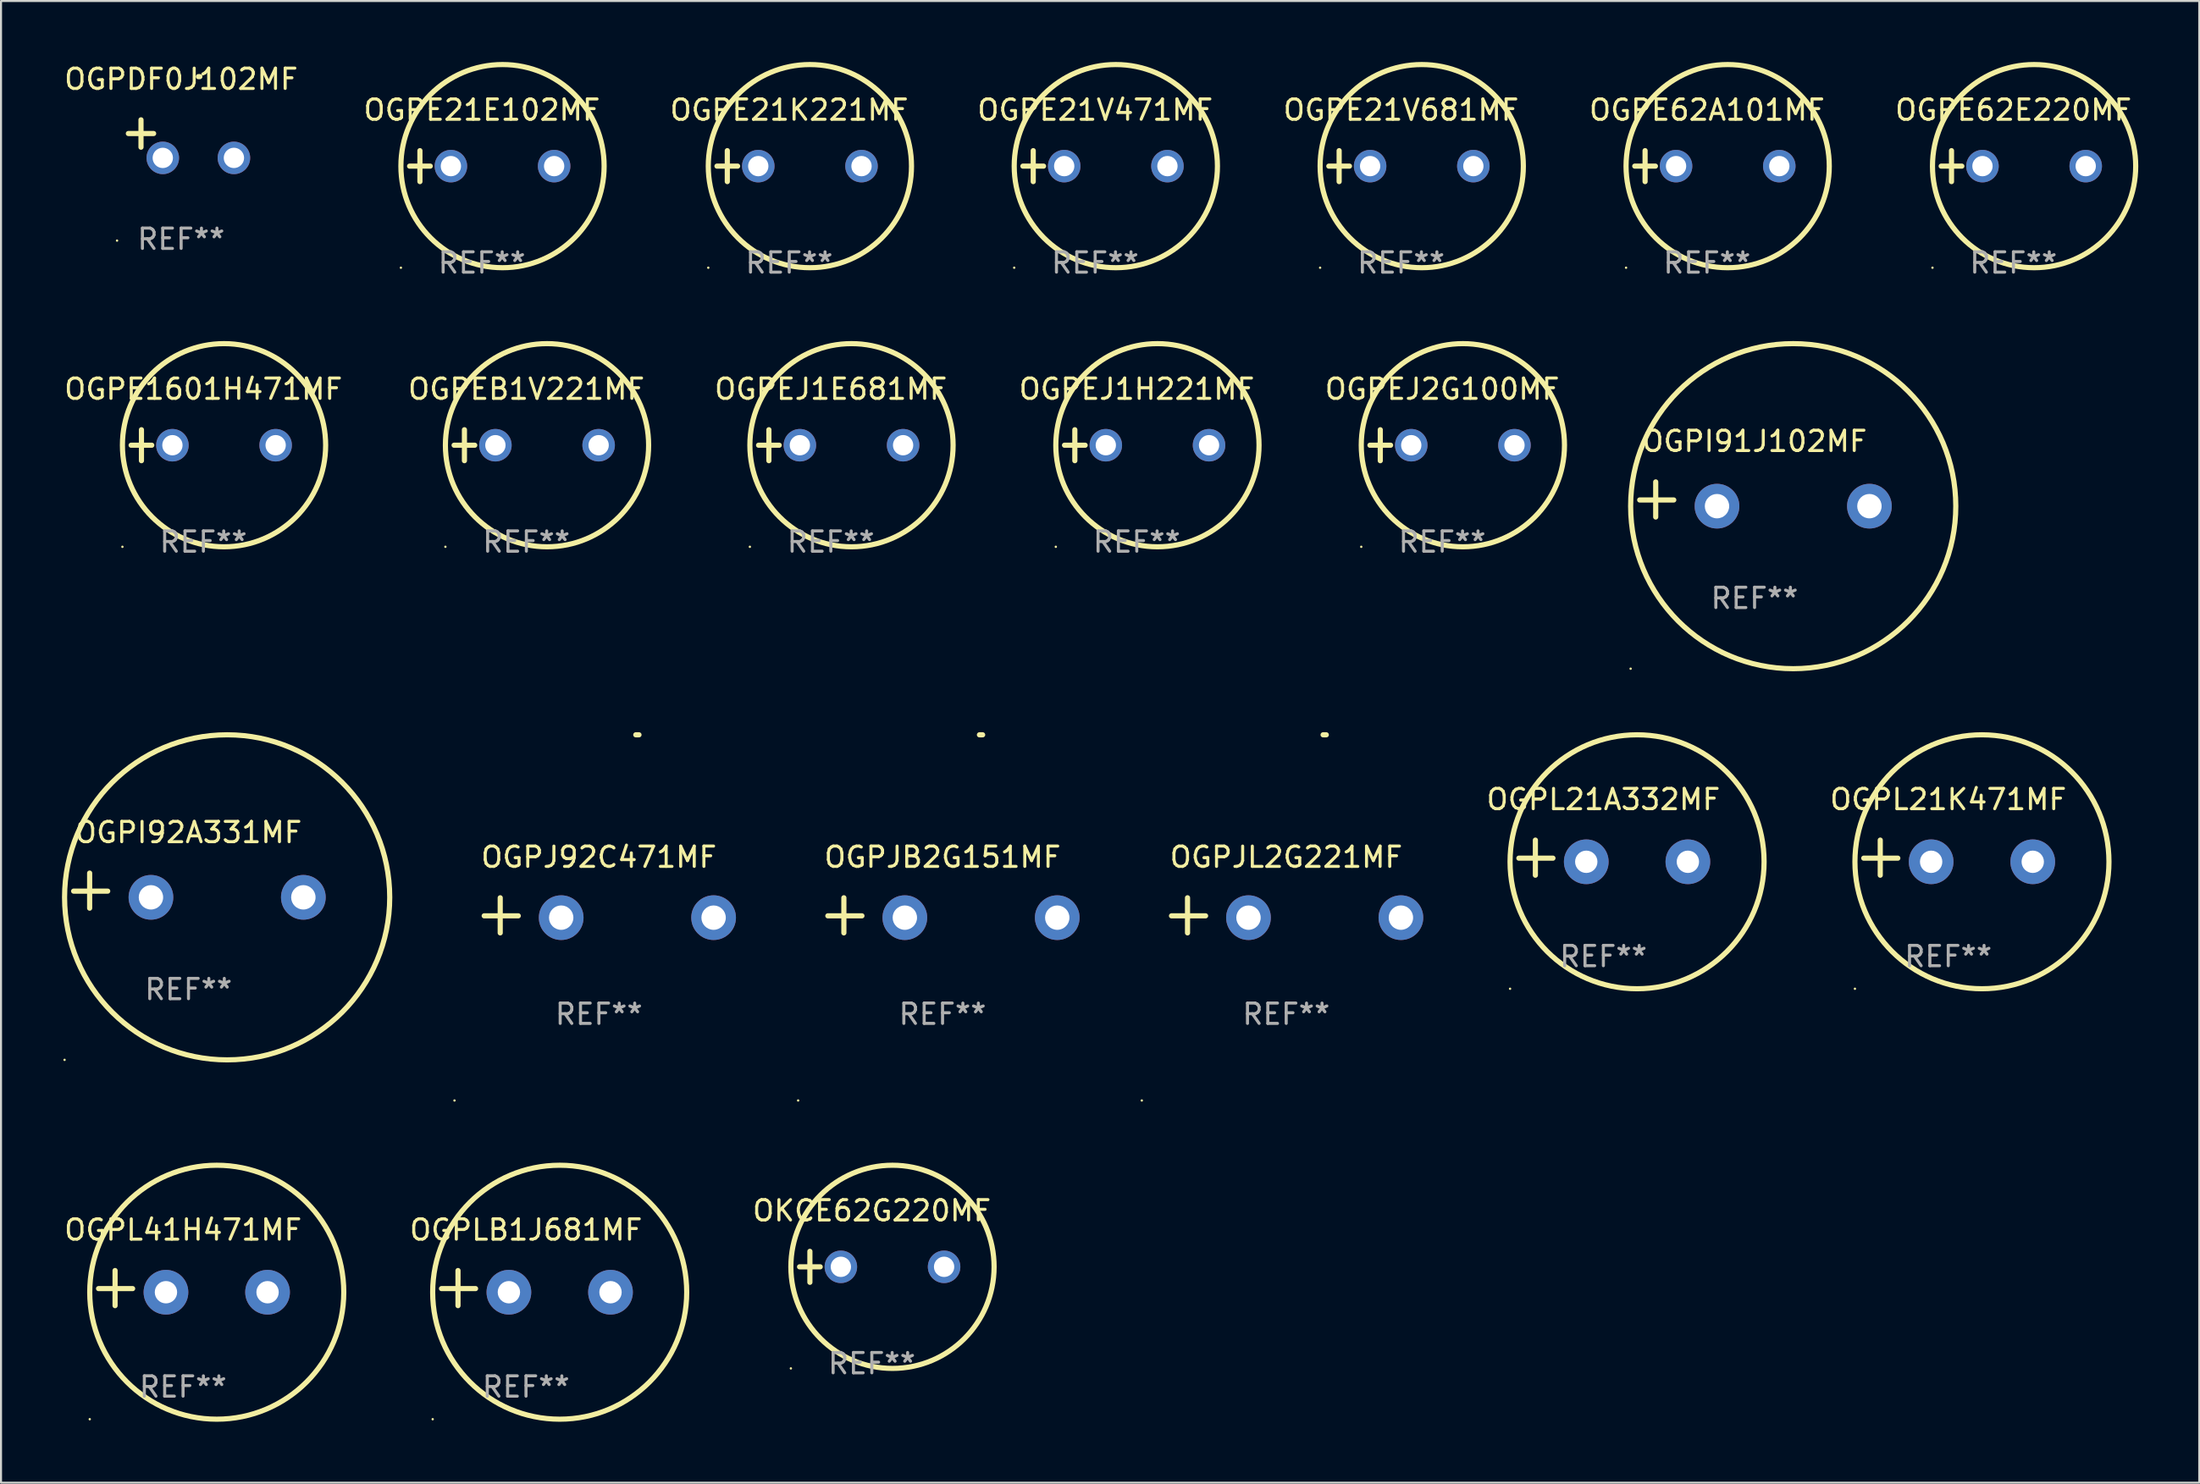
<source format=kicad_pcb>
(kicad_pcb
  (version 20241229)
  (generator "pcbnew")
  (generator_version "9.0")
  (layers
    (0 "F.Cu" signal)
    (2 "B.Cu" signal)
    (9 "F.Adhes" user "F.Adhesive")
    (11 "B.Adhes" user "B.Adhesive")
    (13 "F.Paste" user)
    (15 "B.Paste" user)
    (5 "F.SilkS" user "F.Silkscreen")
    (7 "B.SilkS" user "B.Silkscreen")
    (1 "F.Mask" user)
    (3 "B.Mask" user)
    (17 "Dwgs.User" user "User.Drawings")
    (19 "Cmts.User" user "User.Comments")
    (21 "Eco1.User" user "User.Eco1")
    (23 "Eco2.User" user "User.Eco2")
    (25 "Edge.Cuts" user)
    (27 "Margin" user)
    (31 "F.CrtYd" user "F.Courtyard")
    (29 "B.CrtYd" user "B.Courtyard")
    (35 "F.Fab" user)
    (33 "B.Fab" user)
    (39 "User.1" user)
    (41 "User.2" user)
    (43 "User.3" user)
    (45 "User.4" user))
  (footprint "OGPEJ1H221MF"
    (layer "F.Cu")
    (at 52.887 18.864)
    (property "Reference" "OGPEJ1H221MF" (at 0 -2.762 0) (layer "F.SilkS") (effects (font (size 1 1) (thickness 0.15))))
    (attr through_hole)
    (fp_line (start -3.556 0) (end -2.54 0) (stroke (width 0.254) (type solid)) (layer "F.SilkS"))
    (fp_line (start -3.048 -0.762) (end -3.048 0.762) (stroke (width 0.254) (type solid)) (layer "F.SilkS"))
    (fp_circle (center -3.984 5) (end -3.954 5) (stroke (width 0.06) (type solid)) (fill no) (layer "F.SilkS"))
    (fp_circle (center 1.016 0) (end 6.016 0) (stroke (width 0.254) (type solid)) (fill no) (layer "F.SilkS"))
    (fp_text user "REF**" (at 0 4.762 0) (layer "F.Fab") (effects (font (size 1 1) (thickness 0.15))))
    (pad "1" thru_hole circle (at -1.524 0) (size 1.6 1.6) (drill 1) (layers "*.Cu" "*.Mask"))
    (pad "2" thru_hole circle (at 3.556 0) (size 1.6 1.6) (drill 1) (layers "*.Cu" "*.Mask")))
  (footprint "OGPL21A332MF"
    (layer "F.Cu")
    (at 75.847 39.165)
    (property "Reference" "OGPL21A332MF" (at 0 -2.864 0) (layer "F.SilkS") (effects (font (size 1 1) (thickness 0.15))))
    (attr through_hole)
    (fp_line (start -3.346 0.864) (end -3.346 -0.864) (stroke (width 0.254) (type solid)) (layer "F.SilkS"))
    (fp_line (start -2.482 0.025) (end -4.158 0.025) (stroke (width 0.254) (type solid)) (layer "F.SilkS"))
    (fp_circle (center -4.592 6.453) (end -4.562 6.453) (stroke (width 0.06) (type solid)) (fill no) (layer "F.SilkS"))
    (fp_circle (center 1.658 0.203) (end 7.908 0.203) (stroke (width 0.254) (type solid)) (fill no) (layer "F.SilkS"))
    (fp_text user "REF**" (at 0 4.864 0) (layer "F.Fab") (effects (font (size 1 1) (thickness 0.15))))
    (pad "1" thru_hole circle (at -0.842 0.203) (size 2.2 2.2) (drill 1.1) (layers "*.Cu" "*.Mask"))
    (pad "2" thru_hole circle (at 4.158 0.203) (size 2.2 2.2) (drill 1.1) (layers "*.Cu" "*.Mask")))
  (footprint "OGPE21V471MF"
    (layer "F.Cu")
    (at 50.84 5.127)
    (property "Reference" "OGPE21V471MF" (at 0 -2.762 0) (layer "F.SilkS") (effects (font (size 1 1) (thickness 0.15))))
    (attr through_hole)
    (fp_line (start -3.556 0) (end -2.54 0) (stroke (width 0.254) (type solid)) (layer "F.SilkS"))
    (fp_line (start -3.048 -0.762) (end -3.048 0.762) (stroke (width 0.254) (type solid)) (layer "F.SilkS"))
    (fp_circle (center -3.984 5) (end -3.954 5) (stroke (width 0.06) (type solid)) (fill no) (layer "F.SilkS"))
    (fp_circle (center 1.016 0) (end 6.016 0) (stroke (width 0.254) (type solid)) (fill no) (layer "F.SilkS"))
    (fp_text user "REF**" (at 0 4.762 0) (layer "F.Fab") (effects (font (size 1 1) (thickness 0.15))))
    (pad "1" thru_hole circle (at -1.524 0) (size 1.6 1.6) (drill 1) (layers "*.Cu" "*.Mask"))
    (pad "2" thru_hole circle (at 3.556 0) (size 1.6 1.6) (drill 1) (layers "*.Cu" "*.Mask")))
  (footprint "OGPJB2G151MF"
    (layer "F.Cu")
    (at 43.33 42.004)
    (property "Reference" "OGPJB2G151MF" (at 0 -2.864 0) (layer "F.SilkS") (effects (font (size 1 1) (thickness 0.15))))
    (attr through_hole)
    (fp_line (start -4.856 0.864) (end -4.856 -0.864) (stroke (width 0.254) (type solid)) (layer "F.SilkS"))
    (fp_line (start -3.967 0.025) (end -5.644 0.025) (stroke (width 0.254) (type solid)) (layer "F.SilkS"))
    (fp_arc (start 1.815024 -8.885649) (mid 1.893764 -8.88599) (end 1.972504 -8.885649) (stroke (width 0.254001) (type solid)) (layer "F.SilkS"))
    (fp_circle (center -7.106 9.114) (end -7.076 9.114) (stroke (width 0.06) (type solid)) (fill no) (layer "F.SilkS"))
    (fp_text user "REF**" (at 0 4.864 0) (layer "F.Fab") (effects (font (size 1 1) (thickness 0.15))))
    (pad "1" thru_hole circle (at -1.856 0.114) (size 2.2 2.2) (drill 1.2) (layers "*.Cu" "*.Mask"))
    (pad "2" thru_hole circle (at 5.644 0.114) (size 2.2 2.2) (drill 1.2) (layers "*.Cu" "*.Mask")))
  (footprint "OKCE62G220MF"
    (layer "F.Cu")
    (at 39.85 59.305)
    (property "Reference" "OKCE62G220MF" (at 0 -2.762 0) (layer "F.SilkS") (effects (font (size 1 1) (thickness 0.15))))
    (attr through_hole)
    (fp_line (start -3.556 0) (end -2.54 0) (stroke (width 0.254) (type solid)) (layer "F.SilkS"))
    (fp_line (start -3.048 -0.762) (end -3.048 0.762) (stroke (width 0.254) (type solid)) (layer "F.SilkS"))
    (fp_circle (center -3.984 5) (end -3.954 5) (stroke (width 0.06) (type solid)) (fill no) (layer "F.SilkS"))
    (fp_circle (center 1.016 0) (end 6.016 0) (stroke (width 0.254) (type solid)) (fill no) (layer "F.SilkS"))
    (fp_text user "REF**" (at 0 4.762 0) (layer "F.Fab") (effects (font (size 1 1) (thickness 0.15))))
    (pad "1" thru_hole circle (at -1.524 0) (size 1.6 1.6) (drill 1) (layers "*.Cu" "*.Mask"))
    (pad "2" thru_hole circle (at 3.556 0) (size 1.6 1.6) (drill 1) (layers "*.Cu" "*.Mask")))
  (footprint "OGPJ92C471MF"
    (layer "F.Cu")
    (at 26.42 42.004)
    (property "Reference" "OGPJ92C471MF" (at 0 -2.864 0) (layer "F.SilkS") (effects (font (size 1 1) (thickness 0.15))))
    (attr through_hole)
    (fp_line (start -4.856 0.864) (end -4.856 -0.864) (stroke (width 0.254) (type solid)) (layer "F.SilkS"))
    (fp_line (start -3.967 0.025) (end -5.644 0.025) (stroke (width 0.254) (type solid)) (layer "F.SilkS"))
    (fp_arc (start 1.815024 -8.885649) (mid 1.893764 -8.88599) (end 1.972504 -8.885649) (stroke (width 0.254001) (type solid)) (layer "F.SilkS"))
    (fp_circle (center -7.106 9.114) (end -7.076 9.114) (stroke (width 0.06) (type solid)) (fill no) (layer "F.SilkS"))
    (fp_text user "REF**" (at 0 4.864 0) (layer "F.Fab") (effects (font (size 1 1) (thickness 0.15))))
    (pad "1" thru_hole circle (at -1.856 0.114) (size 2.2 2.2) (drill 1.2) (layers "*.Cu" "*.Mask"))
    (pad "2" thru_hole circle (at 5.644 0.114) (size 2.2 2.2) (drill 1.2) (layers "*.Cu" "*.Mask")))
  (footprint "OGPEJ2G100MF"
    (layer "F.Cu")
    (at 67.917 18.864)
    (property "Reference" "OGPEJ2G100MF" (at 0 -2.762 0) (layer "F.SilkS") (effects (font (size 1 1) (thickness 0.15))))
    (attr through_hole)
    (fp_line (start -3.556 0) (end -2.54 0) (stroke (width 0.254) (type solid)) (layer "F.SilkS"))
    (fp_line (start -3.048 -0.762) (end -3.048 0.762) (stroke (width 0.254) (type solid)) (layer "F.SilkS"))
    (fp_circle (center -3.984 5) (end -3.954 5) (stroke (width 0.06) (type solid)) (fill no) (layer "F.SilkS"))
    (fp_circle (center 1.016 0) (end 6.016 0) (stroke (width 0.254) (type solid)) (fill no) (layer "F.SilkS"))
    (fp_text user "REF**" (at 0 4.762 0) (layer "F.Fab") (effects (font (size 1 1) (thickness 0.15))))
    (pad "1" thru_hole circle (at -1.524 0) (size 1.6 1.6) (drill 1) (layers "*.Cu" "*.Mask"))
    (pad "2" thru_hole circle (at 3.556 0) (size 1.6 1.6) (drill 1) (layers "*.Cu" "*.Mask")))
  (footprint "OGPE62A101MF"
    (layer "F.Cu")
    (at 80.947 5.127)
    (property "Reference" "OGPE62A101MF" (at 0 -2.762 0) (layer "F.SilkS") (effects (font (size 1 1) (thickness 0.15))))
    (attr through_hole)
    (fp_line (start -3.556 0) (end -2.54 0) (stroke (width 0.254) (type solid)) (layer "F.SilkS"))
    (fp_line (start -3.048 -0.762) (end -3.048 0.762) (stroke (width 0.254) (type solid)) (layer "F.SilkS"))
    (fp_circle (center -3.984 5) (end -3.954 5) (stroke (width 0.06) (type solid)) (fill no) (layer "F.SilkS"))
    (fp_circle (center 1.016 0) (end 6.016 0) (stroke (width 0.254) (type solid)) (fill no) (layer "F.SilkS"))
    (fp_text user "REF**" (at 0 4.762 0) (layer "F.Fab") (effects (font (size 1 1) (thickness 0.15))))
    (pad "1" thru_hole circle (at -1.524 0) (size 1.6 1.6) (drill 1) (layers "*.Cu" "*.Mask"))
    (pad "2" thru_hole circle (at 3.556 0) (size 1.6 1.6) (drill 1) (layers "*.Cu" "*.Mask")))
  (footprint "OGPE21K221MF"
    (layer "F.Cu")
    (at 35.786 5.127)
    (property "Reference" "OGPE21K221MF" (at 0 -2.762 0) (layer "F.SilkS") (effects (font (size 1 1) (thickness 0.15))))
    (attr through_hole)
    (fp_line (start -3.556 0) (end -2.54 0) (stroke (width 0.254) (type solid)) (layer "F.SilkS"))
    (fp_line (start -3.048 -0.762) (end -3.048 0.762) (stroke (width 0.254) (type solid)) (layer "F.SilkS"))
    (fp_circle (center -3.984 5) (end -3.954 5) (stroke (width 0.06) (type solid)) (fill no) (layer "F.SilkS"))
    (fp_circle (center 1.016 0) (end 6.016 0) (stroke (width 0.254) (type solid)) (fill no) (layer "F.SilkS"))
    (fp_text user "REF**" (at 0 4.762 0) (layer "F.Fab") (effects (font (size 1 1) (thickness 0.15))))
    (pad "1" thru_hole circle (at -1.524 0) (size 1.6 1.6) (drill 1) (layers "*.Cu" "*.Mask"))
    (pad "2" thru_hole circle (at 3.556 0) (size 1.6 1.6) (drill 1) (layers "*.Cu" "*.Mask")))
  (footprint "OGPE21V681MF"
    (layer "F.Cu")
    (at 65.893 5.127)
    (property "Reference" "OGPE21V681MF" (at 0 -2.762 0) (layer "F.SilkS") (effects (font (size 1 1) (thickness 0.15))))
    (attr through_hole)
    (fp_line (start -3.556 0) (end -2.54 0) (stroke (width 0.254) (type solid)) (layer "F.SilkS"))
    (fp_line (start -3.048 -0.762) (end -3.048 0.762) (stroke (width 0.254) (type solid)) (layer "F.SilkS"))
    (fp_circle (center -3.984 5) (end -3.954 5) (stroke (width 0.06) (type solid)) (fill no) (layer "F.SilkS"))
    (fp_circle (center 1.016 0) (end 6.016 0) (stroke (width 0.254) (type solid)) (fill no) (layer "F.SilkS"))
    (fp_text user "REF**" (at 0 4.762 0) (layer "F.Fab") (effects (font (size 1 1) (thickness 0.15))))
    (pad "1" thru_hole circle (at -1.524 0) (size 1.6 1.6) (drill 1) (layers "*.Cu" "*.Mask"))
    (pad "2" thru_hole circle (at 3.556 0) (size 1.6 1.6) (drill 1) (layers "*.Cu" "*.Mask")))
  (footprint "OGPLB1J681MF"
    (layer "F.Cu")
    (at 22.833 60.352)
    (property "Reference" "OGPLB1J681MF" (at 0 -2.864 0) (layer "F.SilkS") (effects (font (size 1 1) (thickness 0.15))))
    (attr through_hole)
    (fp_line (start -3.346 0.864) (end -3.346 -0.864) (stroke (width 0.254) (type solid)) (layer "F.SilkS"))
    (fp_line (start -2.482 0.025) (end -4.158 0.025) (stroke (width 0.254) (type solid)) (layer "F.SilkS"))
    (fp_circle (center -4.592 6.453) (end -4.562 6.453) (stroke (width 0.06) (type solid)) (fill no) (layer "F.SilkS"))
    (fp_circle (center 1.658 0.203) (end 7.908 0.203) (stroke (width 0.254) (type solid)) (fill no) (layer "F.SilkS"))
    (fp_text user "REF**" (at 0 4.864 0) (layer "F.Fab") (effects (font (size 1 1) (thickness 0.15))))
    (pad "1" thru_hole circle (at -0.842 0.203) (size 2.2 2.2) (drill 1.1) (layers "*.Cu" "*.Mask"))
    (pad "2" thru_hole circle (at 4.158 0.203) (size 2.2 2.2) (drill 1.1) (layers "*.Cu" "*.Mask")))
  (footprint "OGPL41H471MF"
    (layer "F.Cu")
    (at 5.958 60.352)
    (property "Reference" "OGPL41H471MF" (at 0 -2.864 0) (layer "F.SilkS") (effects (font (size 1 1) (thickness 0.15))))
    (attr through_hole)
    (fp_line (start -3.346 0.864) (end -3.346 -0.864) (stroke (width 0.254) (type solid)) (layer "F.SilkS"))
    (fp_line (start -2.482 0.025) (end -4.158 0.025) (stroke (width 0.254) (type solid)) (layer "F.SilkS"))
    (fp_circle (center -4.592 6.453) (end -4.562 6.453) (stroke (width 0.06) (type solid)) (fill no) (layer "F.SilkS"))
    (fp_circle (center 1.658 0.203) (end 7.908 0.203) (stroke (width 0.254) (type solid)) (fill no) (layer "F.SilkS"))
    (fp_text user "REF**" (at 0 4.864 0) (layer "F.Fab") (effects (font (size 1 1) (thickness 0.15))))
    (pad "1" thru_hole circle (at -0.842 0.203) (size 2.2 2.2) (drill 1.1) (layers "*.Cu" "*.Mask"))
    (pad "2" thru_hole circle (at 4.158 0.203) (size 2.2 2.2) (drill 1.1) (layers "*.Cu" "*.Mask")))
  (footprint "OGPI92A331MF"
    (layer "F.Cu")
    (at 6.225 40.788)
    (property "Reference" "OGPI92A331MF" (at 0 -2.864 0) (layer "F.SilkS") (effects (font (size 1 1) (thickness 0.15))))
    (attr through_hole)
    (fp_line (start -4.864 0.864) (end -4.864 -0.864) (stroke (width 0.254) (type solid)) (layer "F.SilkS"))
    (fp_line (start -3.975 0.025) (end -5.652 0.025) (stroke (width 0.254) (type solid)) (layer "F.SilkS"))
    (fp_circle (center -6.098 8.33) (end -6.068 8.33) (stroke (width 0.06) (type solid)) (fill no) (layer "F.SilkS"))
    (fp_circle (center 1.902 0.33) (end 9.902 0.33) (stroke (width 0.254) (type solid)) (fill no) (layer "F.SilkS"))
    (fp_text user "REF**" (at 0 4.864 0) (layer "F.Fab") (effects (font (size 1 1) (thickness 0.15))))
    (pad "1" thru_hole circle (at -1.848 0.33) (size 2.2 2.2) (drill 1.2) (layers "*.Cu" "*.Mask"))
    (pad "2" thru_hole circle (at 5.652 0.33) (size 2.2 2.2) (drill 1.2) (layers "*.Cu" "*.Mask")))
  (footprint "OGPEJ1E681MF"
    (layer "F.Cu")
    (at 37.833 18.864)
    (property "Reference" "OGPEJ1E681MF" (at 0 -2.762 0) (layer "F.SilkS") (effects (font (size 1 1) (thickness 0.15))))
    (attr through_hole)
    (fp_line (start -3.556 0) (end -2.54 0) (stroke (width 0.254) (type solid)) (layer "F.SilkS"))
    (fp_line (start -3.048 -0.762) (end -3.048 0.762) (stroke (width 0.254) (type solid)) (layer "F.SilkS"))
    (fp_circle (center -3.984 5) (end -3.954 5) (stroke (width 0.06) (type solid)) (fill no) (layer "F.SilkS"))
    (fp_circle (center 1.016 0) (end 6.016 0) (stroke (width 0.254) (type solid)) (fill no) (layer "F.SilkS"))
    (fp_text user "REF**" (at 0 4.762 0) (layer "F.Fab") (effects (font (size 1 1) (thickness 0.15))))
    (pad "1" thru_hole circle (at -1.524 0) (size 1.6 1.6) (drill 1) (layers "*.Cu" "*.Mask"))
    (pad "2" thru_hole circle (at 3.556 0) (size 1.6 1.6) (drill 1) (layers "*.Cu" "*.Mask")))
  (footprint "OGPEB1V221MF"
    (layer "F.Cu")
    (at 22.851 18.864)
    (property "Reference" "OGPEB1V221MF" (at 0 -2.762 0) (layer "F.SilkS") (effects (font (size 1 1) (thickness 0.15))))
    (attr through_hole)
    (fp_line (start -3.556 0) (end -2.54 0) (stroke (width 0.254) (type solid)) (layer "F.SilkS"))
    (fp_line (start -3.048 -0.762) (end -3.048 0.762) (stroke (width 0.254) (type solid)) (layer "F.SilkS"))
    (fp_circle (center -3.984 5) (end -3.954 5) (stroke (width 0.06) (type solid)) (fill no) (layer "F.SilkS"))
    (fp_circle (center 1.016 0) (end 6.016 0) (stroke (width 0.254) (type solid)) (fill no) (layer "F.SilkS"))
    (fp_text user "REF**" (at 0 4.762 0) (layer "F.Fab") (effects (font (size 1 1) (thickness 0.15))))
    (pad "1" thru_hole circle (at -1.524 0) (size 1.6 1.6) (drill 1) (layers "*.Cu" "*.Mask"))
    (pad "2" thru_hole circle (at 3.556 0) (size 1.6 1.6) (drill 1) (layers "*.Cu" "*.Mask")))
  (footprint "OGPDF0J102MF"
    (layer "F.Cu")
    (at 5.863 3.785)
    (property "Reference" "OGPDF0J102MF" (at 0 -2.937 0) (layer "F.SilkS") (effects (font (size 1 1) (thickness 0.15))))
    (attr through_hole)
    (fp_line (start -1.975 0.41) (end -1.975 -0.937) (stroke (width 0.254) (type solid)) (layer "F.SilkS"))
    (fp_line (start -1.353 -0.263) (end -2.597 -0.263) (stroke (width 0.254) (type solid)) (layer "F.SilkS"))
    (fp_arc (start 0.849809 -3.063957) (mid 0.885369 -3.064114) (end 0.920929 -3.063957) (stroke (width 0.254001) (type solid)) (layer "F.SilkS"))
    (fp_circle (center -3.154 5.008) (end -3.124 5.008) (stroke (width 0.06) (type solid)) (fill no) (layer "F.SilkS"))
    (fp_text user "REF**" (at 0 4.937 0) (layer "F.Fab") (effects (font (size 1 1) (thickness 0.15))))
    (pad "1" thru_hole circle (at -0.903 0.937) (size 1.6 1.6) (drill 1) (layers "*.Cu" "*.Mask"))
    (pad "2" thru_hole circle (at 2.597 0.937) (size 1.6 1.6) (drill 1) (layers "*.Cu" "*.Mask")))
  (footprint "OGPJL2G221MF"
    (layer "F.Cu")
    (at 60.24 42.004)
    (property "Reference" "OGPJL2G221MF" (at 0 -2.864 0) (layer "F.SilkS") (effects (font (size 1 1) (thickness 0.15))))
    (attr through_hole)
    (fp_line (start -4.856 0.864) (end -4.856 -0.864) (stroke (width 0.254) (type solid)) (layer "F.SilkS"))
    (fp_line (start -3.967 0.025) (end -5.644 0.025) (stroke (width 0.254) (type solid)) (layer "F.SilkS"))
    (fp_arc (start 1.815024 -8.885649) (mid 1.893764 -8.88599) (end 1.972504 -8.885649) (stroke (width 0.254001) (type solid)) (layer "F.SilkS"))
    (fp_circle (center -7.106 9.114) (end -7.076 9.114) (stroke (width 0.06) (type solid)) (fill no) (layer "F.SilkS"))
    (fp_text user "REF**" (at 0 4.864 0) (layer "F.Fab") (effects (font (size 1 1) (thickness 0.15))))
    (pad "1" thru_hole circle (at -1.856 0.114) (size 2.2 2.2) (drill 1.2) (layers "*.Cu" "*.Mask"))
    (pad "2" thru_hole circle (at 5.644 0.114) (size 2.2 2.2) (drill 1.2) (layers "*.Cu" "*.Mask")))
  (footprint "OGPI91J102MF"
    (layer "F.Cu")
    (at 83.286 21.534)
    (property "Reference" "OGPI91J102MF" (at 0 -2.864 0) (layer "F.SilkS") (effects (font (size 1 1) (thickness 0.15))))
    (attr through_hole)
    (fp_line (start -4.864 0.864) (end -4.864 -0.864) (stroke (width 0.254) (type solid)) (layer "F.SilkS"))
    (fp_line (start -3.975 0.025) (end -5.652 0.025) (stroke (width 0.254) (type solid)) (layer "F.SilkS"))
    (fp_circle (center -6.098 8.33) (end -6.068 8.33) (stroke (width 0.06) (type solid)) (fill no) (layer "F.SilkS"))
    (fp_circle (center 1.902 0.33) (end 9.902 0.33) (stroke (width 0.254) (type solid)) (fill no) (layer "F.SilkS"))
    (fp_text user "REF**" (at 0 4.864 0) (layer "F.Fab") (effects (font (size 1 1) (thickness 0.15))))
    (pad "1" thru_hole circle (at -1.848 0.33) (size 2.2 2.2) (drill 1.2) (layers "*.Cu" "*.Mask"))
    (pad "2" thru_hole circle (at 5.652 0.33) (size 2.2 2.2) (drill 1.2) (layers "*.Cu" "*.Mask")))
  (footprint "OGPL21K471MF"
    (layer "F.Cu")
    (at 92.817 39.165)
    (property "Reference" "OGPL21K471MF" (at 0 -2.864 0) (layer "F.SilkS") (effects (font (size 1 1) (thickness 0.15))))
    (attr through_hole)
    (fp_line (start -3.346 0.864) (end -3.346 -0.864) (stroke (width 0.254) (type solid)) (layer "F.SilkS"))
    (fp_line (start -2.482 0.025) (end -4.158 0.025) (stroke (width 0.254) (type solid)) (layer "F.SilkS"))
    (fp_circle (center -4.592 6.453) (end -4.562 6.453) (stroke (width 0.06) (type solid)) (fill no) (layer "F.SilkS"))
    (fp_circle (center 1.658 0.203) (end 7.908 0.203) (stroke (width 0.254) (type solid)) (fill no) (layer "F.SilkS"))
    (fp_text user "REF**" (at 0 4.864 0) (layer "F.Fab") (effects (font (size 1 1) (thickness 0.15))))
    (pad "1" thru_hole circle (at -0.842 0.203) (size 2.2 2.2) (drill 1.1) (layers "*.Cu" "*.Mask"))
    (pad "2" thru_hole circle (at 4.158 0.203) (size 2.2 2.2) (drill 1.1) (layers "*.Cu" "*.Mask")))
  (footprint "OGPE21E102MF"
    (layer "F.Cu")
    (at 20.661 5.127)
    (property "Reference" "OGPE21E102MF" (at 0 -2.762 0) (layer "F.SilkS") (effects (font (size 1 1) (thickness 0.15))))
    (attr through_hole)
    (fp_line (start -3.556 0) (end -2.54 0) (stroke (width 0.254) (type solid)) (layer "F.SilkS"))
    (fp_line (start -3.048 -0.762) (end -3.048 0.762) (stroke (width 0.254) (type solid)) (layer "F.SilkS"))
    (fp_circle (center -3.984 5) (end -3.954 5) (stroke (width 0.06) (type solid)) (fill no) (layer "F.SilkS"))
    (fp_circle (center 1.016 0) (end 6.016 0) (stroke (width 0.254) (type solid)) (fill no) (layer "F.SilkS"))
    (fp_text user "REF**" (at 0 4.762 0) (layer "F.Fab") (effects (font (size 1 1) (thickness 0.15))))
    (pad "1" thru_hole circle (at -1.524 0) (size 1.6 1.6) (drill 1) (layers "*.Cu" "*.Mask"))
    (pad "2" thru_hole circle (at 3.556 0) (size 1.6 1.6) (drill 1) (layers "*.Cu" "*.Mask")))
  (footprint "OGPE1601H471MF"
    (layer "F.Cu")
    (at 6.958 18.864)
    (property "Reference" "OGPE1601H471MF" (at 0 -2.762 0) (layer "F.SilkS") (effects (font (size 1 1) (thickness 0.15))))
    (attr through_hole)
    (fp_line (start -3.556 0) (end -2.54 0) (stroke (width 0.254) (type solid)) (layer "F.SilkS"))
    (fp_line (start -3.048 -0.762) (end -3.048 0.762) (stroke (width 0.254) (type solid)) (layer "F.SilkS"))
    (fp_circle (center -3.984 5) (end -3.954 5) (stroke (width 0.06) (type solid)) (fill no) (layer "F.SilkS"))
    (fp_circle (center 1.016 0) (end 6.016 0) (stroke (width 0.254) (type solid)) (fill no) (layer "F.SilkS"))
    (fp_text user "REF**" (at 0 4.762 0) (layer "F.Fab") (effects (font (size 1 1) (thickness 0.15))))
    (pad "1" thru_hole circle (at -1.524 0) (size 1.6 1.6) (drill 1) (layers "*.Cu" "*.Mask"))
    (pad "2" thru_hole circle (at 3.556 0) (size 1.6 1.6) (drill 1) (layers "*.Cu" "*.Mask")))
  (footprint "OGPE62E220MF"
    (layer "F.Cu")
    (at 96.025 5.127)
    (property "Reference" "OGPE62E220MF" (at 0 -2.762 0) (layer "F.SilkS") (effects (font (size 1 1) (thickness 0.15))))
    (attr through_hole)
    (fp_line (start -3.556 0) (end -2.54 0) (stroke (width 0.254) (type solid)) (layer "F.SilkS"))
    (fp_line (start -3.048 -0.762) (end -3.048 0.762) (stroke (width 0.254) (type solid)) (layer "F.SilkS"))
    (fp_circle (center -3.984 5) (end -3.954 5) (stroke (width 0.06) (type solid)) (fill no) (layer "F.SilkS"))
    (fp_circle (center 1.016 0) (end 6.016 0) (stroke (width 0.254) (type solid)) (fill no) (layer "F.SilkS"))
    (fp_text user "REF**" (at 0 4.762 0) (layer "F.Fab") (effects (font (size 1 1) (thickness 0.15))))
    (pad "1" thru_hole circle (at -1.524 0) (size 1.6 1.6) (drill 1) (layers "*.Cu" "*.Mask"))
    (pad "2" thru_hole circle (at 3.556 0) (size 1.6 1.6) (drill 1) (layers "*.Cu" "*.Mask")))
  (gr_rect
    (start -3 -3)
    (end 105.168 69.932)
    (stroke (width 0.1) (type default))
    (fill no)
    (layer "Edge.Cuts")))
</source>
